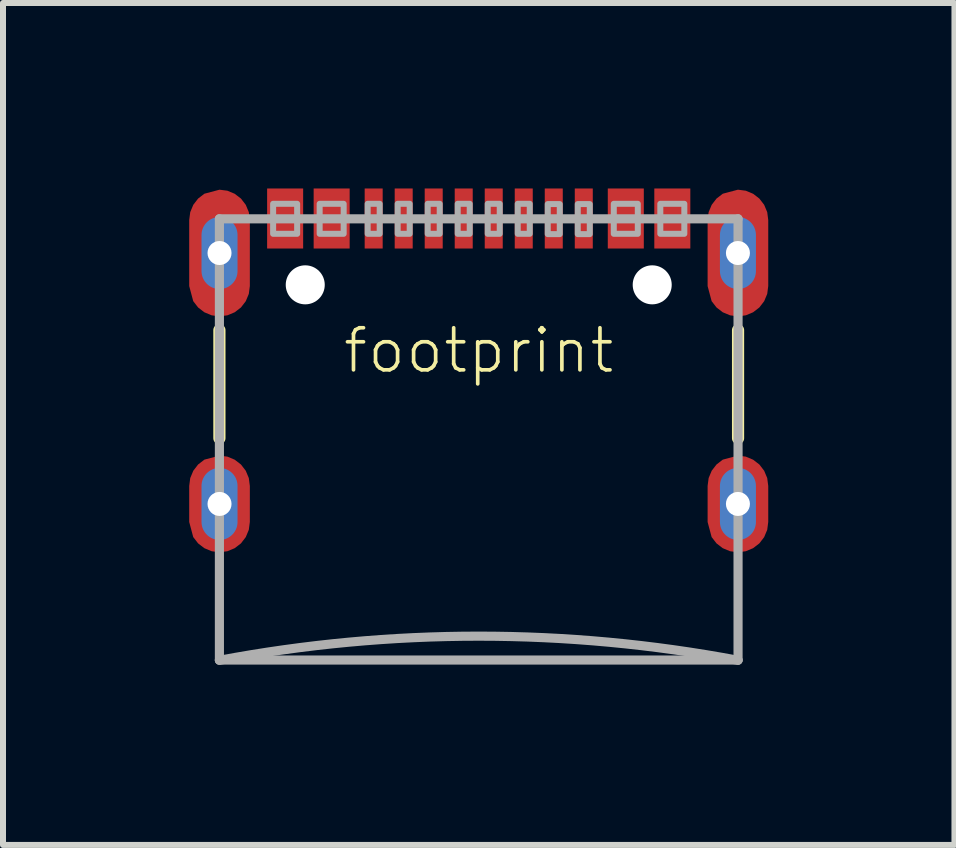
<source format=kicad_pcb>
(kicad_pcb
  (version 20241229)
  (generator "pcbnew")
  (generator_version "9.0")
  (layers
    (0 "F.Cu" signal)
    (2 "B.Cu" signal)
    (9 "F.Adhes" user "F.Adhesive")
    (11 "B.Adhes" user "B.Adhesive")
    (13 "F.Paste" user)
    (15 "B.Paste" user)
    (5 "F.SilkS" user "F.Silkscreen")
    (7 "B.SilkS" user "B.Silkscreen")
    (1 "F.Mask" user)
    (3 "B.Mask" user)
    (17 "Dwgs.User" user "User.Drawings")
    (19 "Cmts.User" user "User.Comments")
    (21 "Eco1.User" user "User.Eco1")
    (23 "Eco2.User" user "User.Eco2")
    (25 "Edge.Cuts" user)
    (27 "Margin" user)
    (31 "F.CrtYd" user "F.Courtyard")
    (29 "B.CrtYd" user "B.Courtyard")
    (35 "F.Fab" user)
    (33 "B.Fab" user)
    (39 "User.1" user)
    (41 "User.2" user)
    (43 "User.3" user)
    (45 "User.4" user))
  (footprint "footprint"
    (layer "F.Cu")
    (at 4.925 0.25)
    (property "Reference" "footprint" (at 0 2.54 0) (layer "F.SilkS") (effects (font (size 0.701 0.701) (thickness 0.061))))
    (fp_poly (pts (xy -4.187 -0.123) (xy -4.065 -0.072) (xy -3.961 0.008) (xy -3.881 0.112) (xy -3.83 0.234) (xy -3.813 0.365) (xy -3.813 1.465) (xy -3.83 1.596) (xy -3.881 1.718) (xy -3.961 1.822) (xy -4.065 1.902) (xy -4.187 1.953) (xy -4.318 1.97) (xy -4.449 1.953) (xy -4.571 1.902) (xy -4.675 1.822) (xy -4.756 1.717) (xy -4.823 1.466) (xy -4.823 0.365) (xy -4.806 0.234) (xy -4.755 0.112) (xy -4.675 0.008) (xy -4.57 -0.073) (xy -4.318 -0.14)) (stroke (width 0) (type solid)) (fill yes) (layer "F.Cu"))
    (fp_poly (pts (xy -4.187 4.307) (xy -4.065 4.358) (xy -3.961 4.438) (xy -3.881 4.542) (xy -3.83 4.664) (xy -3.813 4.795) (xy -3.813 5.395) (xy -3.83 5.526) (xy -3.881 5.648) (xy -3.961 5.752) (xy -4.065 5.832) (xy -4.187 5.883) (xy -4.318 5.9) (xy -4.449 5.883) (xy -4.571 5.832) (xy -4.675 5.752) (xy -4.756 5.647) (xy -4.823 5.396) (xy -4.823 4.795) (xy -4.806 4.664) (xy -4.755 4.542) (xy -4.675 4.438) (xy -4.57 4.357) (xy -4.318 4.29)) (stroke (width 0) (type solid)) (fill yes) (layer "F.Cu"))
    (fp_poly (pts (xy 4.449 -0.123) (xy 4.571 -0.072) (xy 4.675 0.008) (xy 4.755 0.112) (xy 4.806 0.234) (xy 4.823 0.365) (xy 4.823 1.465) (xy 4.806 1.596) (xy 4.755 1.718) (xy 4.675 1.822) (xy 4.571 1.902) (xy 4.449 1.953) (xy 4.318 1.97) (xy 4.187 1.953) (xy 4.065 1.902) (xy 3.961 1.822) (xy 3.88 1.717) (xy 3.813 1.466) (xy 3.813 0.365) (xy 3.83 0.234) (xy 3.881 0.112) (xy 3.961 0.008) (xy 4.066 -0.073) (xy 4.318 -0.14)) (stroke (width 0) (type solid)) (fill yes) (layer "F.Cu"))
    (fp_poly (pts (xy 4.449 4.307) (xy 4.571 4.358) (xy 4.675 4.438) (xy 4.755 4.542) (xy 4.806 4.664) (xy 4.823 4.795) (xy 4.823 5.395) (xy 4.806 5.526) (xy 4.755 5.648) (xy 4.675 5.752) (xy 4.571 5.832) (xy 4.449 5.883) (xy 4.318 5.9) (xy 4.187 5.883) (xy 4.065 5.832) (xy 3.961 5.752) (xy 3.88 5.647) (xy 3.813 5.396) (xy 3.813 4.795) (xy 3.83 4.664) (xy 3.881 4.542) (xy 3.961 4.438) (xy 4.066 4.357) (xy 4.318 4.29)) (stroke (width 0) (type solid)) (fill yes) (layer "F.Cu"))
    (fp_poly (pts (xy -4.169 -0.226) (xy -4.026 -0.173) (xy -3.902 -0.085) (xy -3.804 0.032) (xy -3.741 0.17) (xy -3.715 0.32) (xy -3.715 1.52) (xy -3.742 1.669) (xy -3.806 1.805) (xy -3.904 1.92) (xy -4.028 2.007) (xy -4.17 2.058) (xy -4.32 2.07) (xy -4.47 2.058) (xy -4.612 2.007) (xy -4.736 1.92) (xy -4.834 1.805) (xy -4.925 1.521) (xy -4.925 0.32) (xy -4.899 0.17) (xy -4.836 0.032) (xy -4.738 -0.085) (xy -4.614 -0.174) (xy -4.32 -0.24)) (stroke (width 0) (type solid)) (fill yes) (layer "F.Mask"))
    (fp_poly (pts (xy -4.163 4.211) (xy -4.017 4.273) (xy -3.891 4.37) (xy -3.795 4.496) (xy -3.735 4.643) (xy -3.715 4.8) (xy -3.715 5.4) (xy -3.736 5.556) (xy -3.797 5.701) (xy -3.893 5.825) (xy -4.018 5.921) (xy -4.164 5.98) (xy -4.32 6) (xy -4.476 5.98) (xy -4.622 5.921) (xy -4.747 5.825) (xy -4.843 5.701) (xy -4.925 5.401) (xy -4.925 4.8) (xy -4.905 4.643) (xy -4.845 4.496) (xy -4.749 4.37) (xy -4.623 4.272) (xy -4.32 4.19)) (stroke (width 0) (type solid)) (fill yes) (layer "F.Mask"))
    (fp_poly (pts (xy 4.471 -0.226) (xy 4.614 -0.173) (xy 4.738 -0.085) (xy 4.836 0.032) (xy 4.899 0.17) (xy 4.925 0.32) (xy 4.925 1.52) (xy 4.898 1.669) (xy 4.834 1.805) (xy 4.736 1.92) (xy 4.612 2.007) (xy 4.47 2.058) (xy 4.32 2.07) (xy 4.17 2.058) (xy 4.028 2.007) (xy 3.904 1.92) (xy 3.806 1.805) (xy 3.715 1.521) (xy 3.715 0.32) (xy 3.741 0.17) (xy 3.804 0.032) (xy 3.902 -0.085) (xy 4.026 -0.174) (xy 4.32 -0.24)) (stroke (width 0) (type solid)) (fill yes) (layer "F.Mask"))
    (fp_poly (pts (xy 4.477 4.211) (xy 4.623 4.273) (xy 4.749 4.37) (xy 4.845 4.496) (xy 4.905 4.643) (xy 4.925 4.8) (xy 4.925 5.4) (xy 4.904 5.556) (xy 4.843 5.701) (xy 4.747 5.825) (xy 4.622 5.921) (xy 4.476 5.98) (xy 4.32 6) (xy 4.164 5.98) (xy 4.018 5.921) (xy 3.893 5.825) (xy 3.797 5.701) (xy 3.715 5.401) (xy 3.715 4.8) (xy 3.735 4.643) (xy 3.795 4.496) (xy 3.891 4.37) (xy 4.017 4.272) (xy 4.32 4.19)) (stroke (width 0) (type solid)) (fill yes) (layer "F.Mask"))
    (fp_poly (pts (xy -4.187 -0.123) (xy -4.065 -0.072) (xy -3.961 0.008) (xy -3.881 0.112) (xy -3.83 0.234) (xy -3.813 0.365) (xy -3.813 1.465) (xy -3.83 1.596) (xy -3.881 1.718) (xy -3.961 1.822) (xy -4.065 1.902) (xy -4.187 1.953) (xy -4.318 1.97) (xy -4.57 1.903) (xy -4.675 1.822) (xy -4.755 1.718) (xy -4.806 1.596) (xy -4.823 1.465) (xy -4.823 0.365) (xy -4.806 0.234) (xy -4.755 0.112) (xy -4.675 0.008) (xy -4.571 -0.072) (xy -4.449 -0.123) (xy -4.318 -0.14)) (stroke (width 0) (type solid)) (fill yes) (layer "In1.Cu"))
    (fp_poly (pts (xy -4.187 4.307) (xy -4.065 4.358) (xy -3.961 4.438) (xy -3.881 4.542) (xy -3.83 4.664) (xy -3.813 4.795) (xy -3.813 5.395) (xy -3.83 5.526) (xy -3.881 5.648) (xy -3.961 5.752) (xy -4.065 5.832) (xy -4.187 5.883) (xy -4.318 5.9) (xy -4.57 5.833) (xy -4.675 5.752) (xy -4.755 5.648) (xy -4.806 5.526) (xy -4.823 5.395) (xy -4.823 4.795) (xy -4.806 4.664) (xy -4.755 4.542) (xy -4.675 4.438) (xy -4.571 4.358) (xy -4.449 4.307) (xy -4.318 4.29)) (stroke (width 0) (type solid)) (fill yes) (layer "In1.Cu"))
    (fp_poly (pts (xy 4.449 -0.123) (xy 4.571 -0.072) (xy 4.675 0.008) (xy 4.755 0.112) (xy 4.806 0.234) (xy 4.823 0.365) (xy 4.823 1.465) (xy 4.806 1.596) (xy 4.755 1.718) (xy 4.675 1.822) (xy 4.571 1.902) (xy 4.449 1.953) (xy 4.318 1.97) (xy 4.066 1.903) (xy 3.961 1.822) (xy 3.881 1.718) (xy 3.83 1.596) (xy 3.813 1.465) (xy 3.813 0.365) (xy 3.83 0.234) (xy 3.881 0.112) (xy 3.961 0.008) (xy 4.065 -0.072) (xy 4.187 -0.123) (xy 4.318 -0.14)) (stroke (width 0) (type solid)) (fill yes) (layer "In1.Cu"))
    (fp_poly (pts (xy 4.449 4.307) (xy 4.571 4.358) (xy 4.675 4.438) (xy 4.755 4.542) (xy 4.806 4.664) (xy 4.823 4.795) (xy 4.823 5.395) (xy 4.806 5.526) (xy 4.755 5.648) (xy 4.675 5.752) (xy 4.571 5.832) (xy 4.449 5.883) (xy 4.318 5.9) (xy 4.066 5.833) (xy 3.961 5.752) (xy 3.881 5.648) (xy 3.83 5.526) (xy 3.813 5.395) (xy 3.813 4.795) (xy 3.83 4.664) (xy 3.881 4.542) (xy 3.961 4.438) (xy 4.065 4.358) (xy 4.187 4.307) (xy 4.318 4.29)) (stroke (width 0) (type solid)) (fill yes) (layer "In1.Cu"))
    (fp_line (start -4.32 2.2) (end -4.32 4) (stroke (width 0.203) (type solid)) (layer "F.SilkS"))
    (fp_line (start 4.32 2.2) (end 4.32 4) (stroke (width 0.203) (type solid)) (layer "F.SilkS"))
    (fp_poly (pts (xy -4.219 -0.146) (xy -4.094 -0.103) (xy -3.984 -0.029) (xy -3.898 0.071) (xy -3.84 0.19) (xy -3.815 0.32) (xy -3.815 1.521) (xy -3.854 1.668) (xy -3.937 1.796) (xy -4.056 1.892) (xy -4.35 1.955) (xy -4.491 1.939) (xy -4.621 1.88) (xy -4.727 1.784) (xy -4.825 1.521) (xy -4.825 0.32) (xy -4.802 0.173) (xy -4.734 0.041) (xy -4.629 -0.065) (xy -4.351 -0.155)) (stroke (width 0) (type solid)) (fill yes) (layer "F.Paste"))
    (fp_poly (pts (xy -4.147 4.322) (xy -4.011 4.395) (xy -3.903 4.507) (xy -3.815 4.799) (xy -3.815 5.4) (xy -3.836 5.553) (xy -3.904 5.693) (xy -4.011 5.805) (xy -4.299 5.905) (xy -4.434 5.89) (xy -4.559 5.841) (xy -4.667 5.761) (xy -4.751 5.656) (xy -4.825 5.401) (xy -4.825 4.8) (xy -4.805 4.667) (xy -4.751 4.544) (xy -4.667 4.439) (xy -4.559 4.359) (xy -4.3 4.295)) (stroke (width 0) (type solid)) (fill yes) (layer "F.Paste"))
    (fp_poly (pts (xy 4.43 -0.145) (xy 4.553 -0.101) (xy 4.661 -0.026) (xy 4.745 0.073) (xy 4.801 0.191) (xy 4.825 0.32) (xy 4.825 1.521) (xy 4.787 1.667) (xy 4.707 1.794) (xy 4.59 1.89) (xy 4.3 1.955) (xy 4.164 1.949) (xy 4.035 1.902) (xy 3.927 1.816) (xy 3.815 1.571) (xy 3.815 0.37) (xy 3.827 0.239) (xy 3.873 0.115) (xy 3.949 0.007) (xy 4.05 -0.077) (xy 4.299 -0.155)) (stroke (width 0) (type solid)) (fill yes) (layer "F.Paste"))
    (fp_poly (pts (xy 4.434 4.31) (xy 4.559 4.359) (xy 4.667 4.439) (xy 4.751 4.544) (xy 4.805 4.667) (xy 4.825 4.8) (xy 4.825 5.4) (xy 4.806 5.552) (xy 4.74 5.691) (xy 4.635 5.803) (xy 4.351 5.905) (xy 4.221 5.899) (xy 4.097 5.859) (xy 3.989 5.789) (xy 3.901 5.692) (xy 3.815 5.451) (xy 3.815 4.85) (xy 3.824 4.715) (xy 3.867 4.586) (xy 3.942 4.472) (xy 4.045 4.382) (xy 4.299 4.295)) (stroke (width 0) (type solid)) (fill yes) (layer "F.Paste"))
    (fp_line (start -4.32 0.345) (end -4.32 1.965) (stroke (width 0.01) (type solid)) (layer "F.Fab"))
    (fp_line (start -4.32 0.345) (end 4.32 0.345) (stroke (width 0.152) (type solid)) (layer "F.Fab"))
    (fp_line (start -4.32 4.295) (end -4.32 5.895) (stroke (width 0.01) (type solid)) (layer "F.Fab"))
    (fp_line (start -4.32 7.695) (end -4.32 0.345) (stroke (width 0.152) (type solid)) (layer "F.Fab"))
    (fp_line (start -4.32 7.695) (end 4.32 7.695) (stroke (width 0.152) (type solid)) (layer "F.Fab"))
    (fp_line (start 4.32 0.345) (end 4.32 1.965) (stroke (width 0.01) (type solid)) (layer "F.Fab"))
    (fp_line (start 4.32 0.345) (end 4.32 7.695) (stroke (width 0.152) (type solid)) (layer "F.Fab"))
    (fp_line (start 4.32 4.295) (end 4.32 5.895) (stroke (width 0.01) (type solid)) (layer "F.Fab"))
    (fp_arc (start -4.32 7.7) (mid 0 7.297675) (end 4.32 7.7) (stroke (width 0.1524) (type solid)) (layer "F.Fab"))
    (fp_poly (pts (xy -3.425 0.595) (xy -3.025 0.595) (xy -3.025 0.095) (xy -3.425 0.095)) (stroke (width 0.1) (type solid)) (fill no) (layer "F.Fab"))
    (fp_poly (pts (xy -2.65 0.595) (xy -2.25 0.595) (xy -2.25 0.095) (xy -2.65 0.095)) (stroke (width 0.1) (type solid)) (fill no) (layer "F.Fab"))
    (fp_poly (pts (xy -1.85 0.595) (xy -1.65 0.595) (xy -1.65 0.095) (xy -1.85 0.095)) (stroke (width 0.1) (type solid)) (fill no) (layer "F.Fab"))
    (fp_poly (pts (xy -1.35 0.595) (xy -1.15 0.595) (xy -1.15 0.095) (xy -1.35 0.095)) (stroke (width 0.1) (type solid)) (fill no) (layer "F.Fab"))
    (fp_poly (pts (xy -0.85 0.595) (xy -0.65 0.595) (xy -0.65 0.095) (xy -0.85 0.095)) (stroke (width 0.1) (type solid)) (fill no) (layer "F.Fab"))
    (fp_poly (pts (xy -0.35 0.595) (xy -0.15 0.595) (xy -0.15 0.095) (xy -0.35 0.095)) (stroke (width 0.1) (type solid)) (fill no) (layer "F.Fab"))
    (fp_poly (pts (xy 0.15 0.595) (xy 0.35 0.595) (xy 0.35 0.095) (xy 0.15 0.095)) (stroke (width 0.1) (type solid)) (fill no) (layer "F.Fab"))
    (fp_poly (pts (xy 0.65 0.595) (xy 0.85 0.595) (xy 0.85 0.095) (xy 0.65 0.095)) (stroke (width 0.1) (type solid)) (fill no) (layer "F.Fab"))
    (fp_poly (pts (xy 1.15 0.6) (xy 1.35 0.6) (xy 1.35 0.1) (xy 1.15 0.1)) (stroke (width 0.1) (type solid)) (fill no) (layer "F.Fab"))
    (fp_poly (pts (xy 1.65 0.6) (xy 1.85 0.6) (xy 1.85 0.1) (xy 1.65 0.1)) (stroke (width 0.1) (type solid)) (fill no) (layer "F.Fab"))
    (fp_poly (pts (xy 2.25 0.595) (xy 2.65 0.595) (xy 2.65 0.095) (xy 2.25 0.095)) (stroke (width 0.1) (type solid)) (fill no) (layer "F.Fab"))
    (fp_poly (pts (xy 3.025 0.595) (xy 3.425 0.595) (xy 3.425 0.095) (xy 3.025 0.095)) (stroke (width 0.1) (type solid)) (fill no) (layer "F.Fab"))
    (pad "" np_thru_hole circle (at -2.89 1.445) (size 0.65 0.65) (drill 0.65) (layers "*.Cu" "*.Mask"))
    (pad "" np_thru_hole circle (at 2.89 1.445) (size 0.65 0.65) (drill 0.65) (layers "*.Cu" "*.Mask"))
    (pad "A5" smd rect (at -1.25 0.34 180) (size 0.3 1) (layers "F.Cu" "F.Mask" "F.Paste"))
    (pad "A6" smd rect (at -0.25 0.34 180) (size 0.3 1) (layers "F.Cu" "F.Mask" "F.Paste"))
    (pad "A7" smd rect (at 0.25 0.34) (size 0.3 1) (layers "F.Cu" "F.Mask" "F.Paste"))
    (pad "A8" smd rect (at 1.25 0.34) (size 0.3 1) (layers "F.Cu" "F.Mask" "F.Paste"))
    (pad "B5" smd rect (at 1.75 0.34) (size 0.3 1) (layers "F.Cu" "F.Mask" "F.Paste"))
    (pad "B6" smd rect (at 0.75 0.34) (size 0.3 1) (layers "F.Cu" "F.Mask" "F.Paste"))
    (pad "B7" smd rect (at -0.75 0.34 180) (size 0.3 1) (layers "F.Cu" "F.Mask" "F.Paste"))
    (pad "B8" smd rect (at -1.75 0.34 180) (size 0.3 1) (layers "F.Cu" "F.Mask" "F.Paste"))
    (pad "GND" smd rect (at -3.225 0.34 180) (size 0.6 1) (layers "F.Cu" "F.Mask" "F.Paste"))
    (pad "GND2" smd rect (at 3.225 0.34) (size 0.6 1) (layers "F.Cu" "F.Mask" "F.Paste"))
    (pad "SHLD1" thru_hole oval (at -4.318 0.915 90) (size 1.2 0.6) (drill 0.4) (layers "*.Cu"))
    (pad "SHLD2" thru_hole oval (at 4.318 0.915 90) (size 1.2 0.6) (drill 0.4) (layers "*.Cu"))
    (pad "SHLD3" thru_hole oval (at -4.318 5.095 90) (size 1.2 0.6) (drill 0.4) (layers "*.Cu"))
    (pad "SHLD4" thru_hole oval (at 4.318 5.095 90) (size 1.2 0.6) (drill 0.4) (layers "*.Cu"))
    (pad "VBUS1" smd rect (at -2.45 0.34 180) (size 0.6 1) (layers "F.Cu" "F.Mask" "F.Paste"))
    (pad "VBUS2" smd rect (at 2.45 0.34) (size 0.6 1) (layers "F.Cu" "F.Mask" "F.Paste")))
  (gr_rect
    (start -3 -3)
    (end 12.85 11.026)
    (stroke (width 0.1) (type default))
    (fill no)
    (layer "Edge.Cuts")))
</source>
